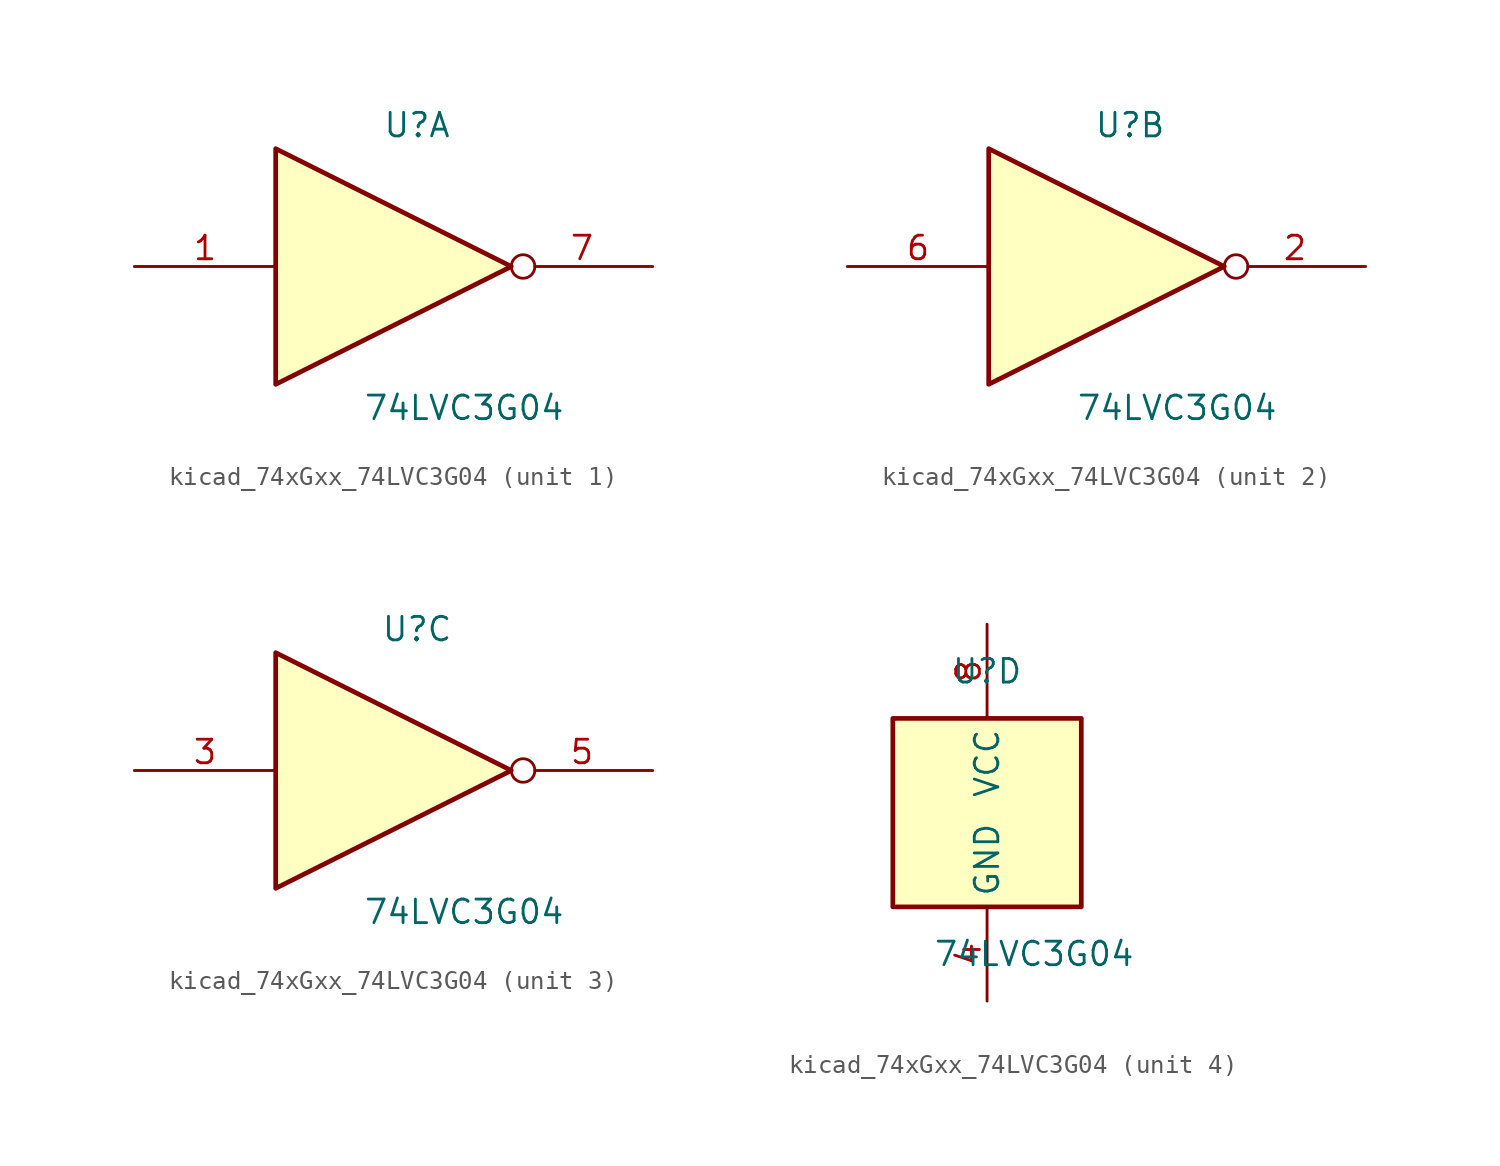
<source format=kicad_sym>
(kicad_symbol_lib
  (version 20220914)
  (generator kicad_symbol_editor)
  (symbol "kicad_74xGxx_74LVC3G04"
    (property "Reference" "U"
      (at 0 7.62 0)
      (effects (font (size 1.27 1.27))))
    (property "Value" "74LVC3G04"
      (at 2.54 -7.62 0)
      (effects (font (size 1.27 1.27))))
    (symbol "kicad_74xGxx_74LVC3G04_1_1"
      (polyline (pts (xy -7.62 6.35) (xy -7.62 -6.35) (xy 5.08 0) (xy -7.62 6.35)) (stroke (width 0.254) (type default)) (fill (type background)))
      (pin input line (at -15.24 0 0) (length 7.62) (name "~" (effects (font (size 1.27 1.27)))) (number "1" (effects (font (size 1.27 1.27)))))
      (pin output inverted (at 12.7 0 180) (length 7.62) (name "~" (effects (font (size 1.27 1.27)))) (number "7" (effects (font (size 1.27 1.27))))))
    (symbol "kicad_74xGxx_74LVC3G04_2_1"
      (polyline (pts (xy -7.62 6.35) (xy -7.62 -6.35) (xy 5.08 0) (xy -7.62 6.35)) (stroke (width 0.254) (type default)) (fill (type background)))
      (pin output inverted (at 12.7 0 180) (length 7.62) (name "~" (effects (font (size 1.27 1.27)))) (number "2" (effects (font (size 1.27 1.27)))))
      (pin input line (at -15.24 0 0) (length 7.62) (name "~" (effects (font (size 1.27 1.27)))) (number "6" (effects (font (size 1.27 1.27))))))
    (symbol "kicad_74xGxx_74LVC3G04_3_1"
      (polyline (pts (xy -7.62 6.35) (xy -7.62 -6.35) (xy 5.08 0) (xy -7.62 6.35)) (stroke (width 0.254) (type default)) (fill (type background)))
      (pin input line (at -15.24 0 0) (length 7.62) (name "~" (effects (font (size 1.27 1.27)))) (number "3" (effects (font (size 1.27 1.27)))))
      (pin output inverted (at 12.7 0 180) (length 7.62) (name "~" (effects (font (size 1.27 1.27)))) (number "5" (effects (font (size 1.27 1.27))))))
    (symbol "kicad_74xGxx_74LVC3G04_4_0"
      (rectangle (start -5.08 -5.08) (end 5.08 5.08) (stroke (width 0.254) (type default)) (fill (type background))))
    (symbol "kicad_74xGxx_74LVC3G04_4_1"
      (pin power_in line (at 0 -10.16 90) (length 5.08) (name "GND" (effects (font (size 1.27 1.27)))) (number "4" (effects (font (size 1.27 1.27)))))
      (pin power_in line (at 0 10.16 270) (length 5.08) (name "VCC" (effects (font (size 1.27 1.27)))) (number "8" (effects (font (size 1.27 1.27))))))))
</source>
